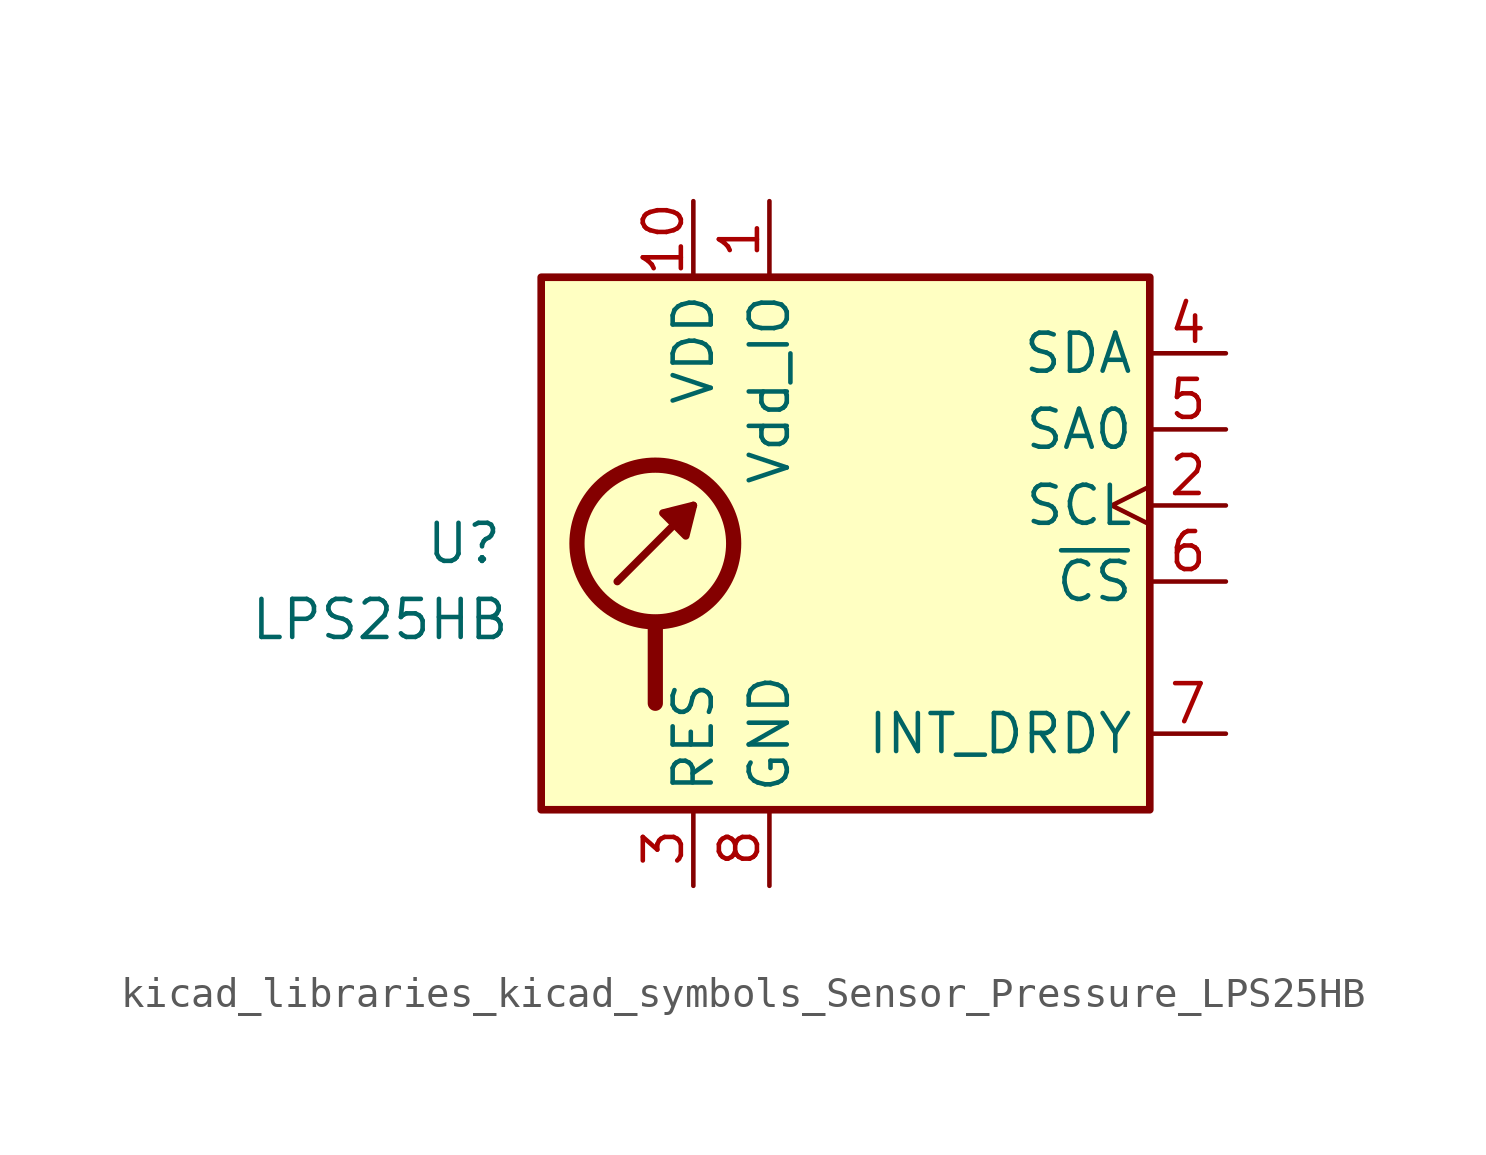
<source format=kicad_sym>
(kicad_symbol_lib
  (version 20220914)
  (generator kicad_symbol_editor)
  (symbol "kicad_libraries_kicad_symbols_Sensor_Pressure_LPS25HB"
    (property "Reference" "U"
      (at -11.43 1.27 0)
      (effects (font (size 1.27 1.27)) (justify right)))
    (property "Value" "LPS25HB"
      (at -11.176 -1.27 0)
      (effects (font (size 1.27 1.27)) (justify right)))
    (symbol "kicad_libraries_kicad_symbols_Sensor_Pressure_LPS25HB_0_1"
      (rectangle (start -10.16 10.16) (end 10.16 -7.62) (stroke (width 0.254) (type default)) (fill (type background)))
      (circle (center -6.35 1.27) (radius 2.616) (stroke (width 0.508) (type default)) (fill (type none)))
      (polyline (pts (xy -7.62 0) (xy -5.08 2.54)) (stroke (width 0.254) (type default)) (fill (type none)))
      (polyline (pts (xy -6.35 -1.524) (xy -6.35 -4.064)) (stroke (width 0.508) (type default)) (fill (type none)))
      (polyline (pts (xy -5.08 2.54) (xy -5.334 1.524) (xy -6.096 2.286) (xy -5.08 2.54)) (stroke (width 0.254) (type default)) (fill (type outline))))
    (symbol "kicad_libraries_kicad_symbols_Sensor_Pressure_LPS25HB_1_1"
      (pin power_in line (at -2.54 12.7 270) (length 2.54) (name "Vdd_IO" (effects (font (size 1.27 1.27)))) (number "1" (effects (font (size 1.27 1.27)))))
      (pin power_in line (at -5.08 12.7 270) (length 2.54) (name "VDD" (effects (font (size 1.27 1.27)))) (number "10" (effects (font (size 1.27 1.27)))))
      (pin input clock (at 12.7 2.54 180) (length 2.54) (name "SCL" (effects (font (size 1.27 1.27)))) (number "2" (effects (font (size 1.27 1.27)))) (alternate "SPC" input clock))
      (pin passive line (at -5.08 -10.16 90) (length 2.54) (name "RES" (effects (font (size 1.27 1.27)))) (number "3" (effects (font (size 1.27 1.27)))))
      (pin bidirectional line (at 12.7 7.62 180) (length 2.54) (name "SDA" (effects (font (size 1.27 1.27)))) (number "4" (effects (font (size 1.27 1.27)))) (alternate "SDI" input line) (alternate "SDI/SDO" bidirectional line))
      (pin input line (at 12.7 5.08 180) (length 2.54) (name "SA0" (effects (font (size 1.27 1.27)))) (number "5" (effects (font (size 1.27 1.27)))) (alternate "SDO" output line))
      (pin input line (at 12.7 0 180) (length 2.54) (name "~{CS}" (effects (font (size 1.27 1.27)))) (number "6" (effects (font (size 1.27 1.27)))))
      (pin output line (at 12.7 -5.08 180) (length 2.54) (name "INT_DRDY" (effects (font (size 1.27 1.27)))) (number "7" (effects (font (size 1.27 1.27)))))
      (pin power_in line (at -2.54 -10.16 90) (length 2.54) (name "GND" (effects (font (size 1.27 1.27)))) (number "8" (effects (font (size 1.27 1.27)))))
      (pin passive line (at -2.54 -10.16 90) (length 2.54) hide (name "GND" (effects (font (size 1.27 1.27)))) (number "9" (effects (font (size 1.27 1.27))))))))
</source>
